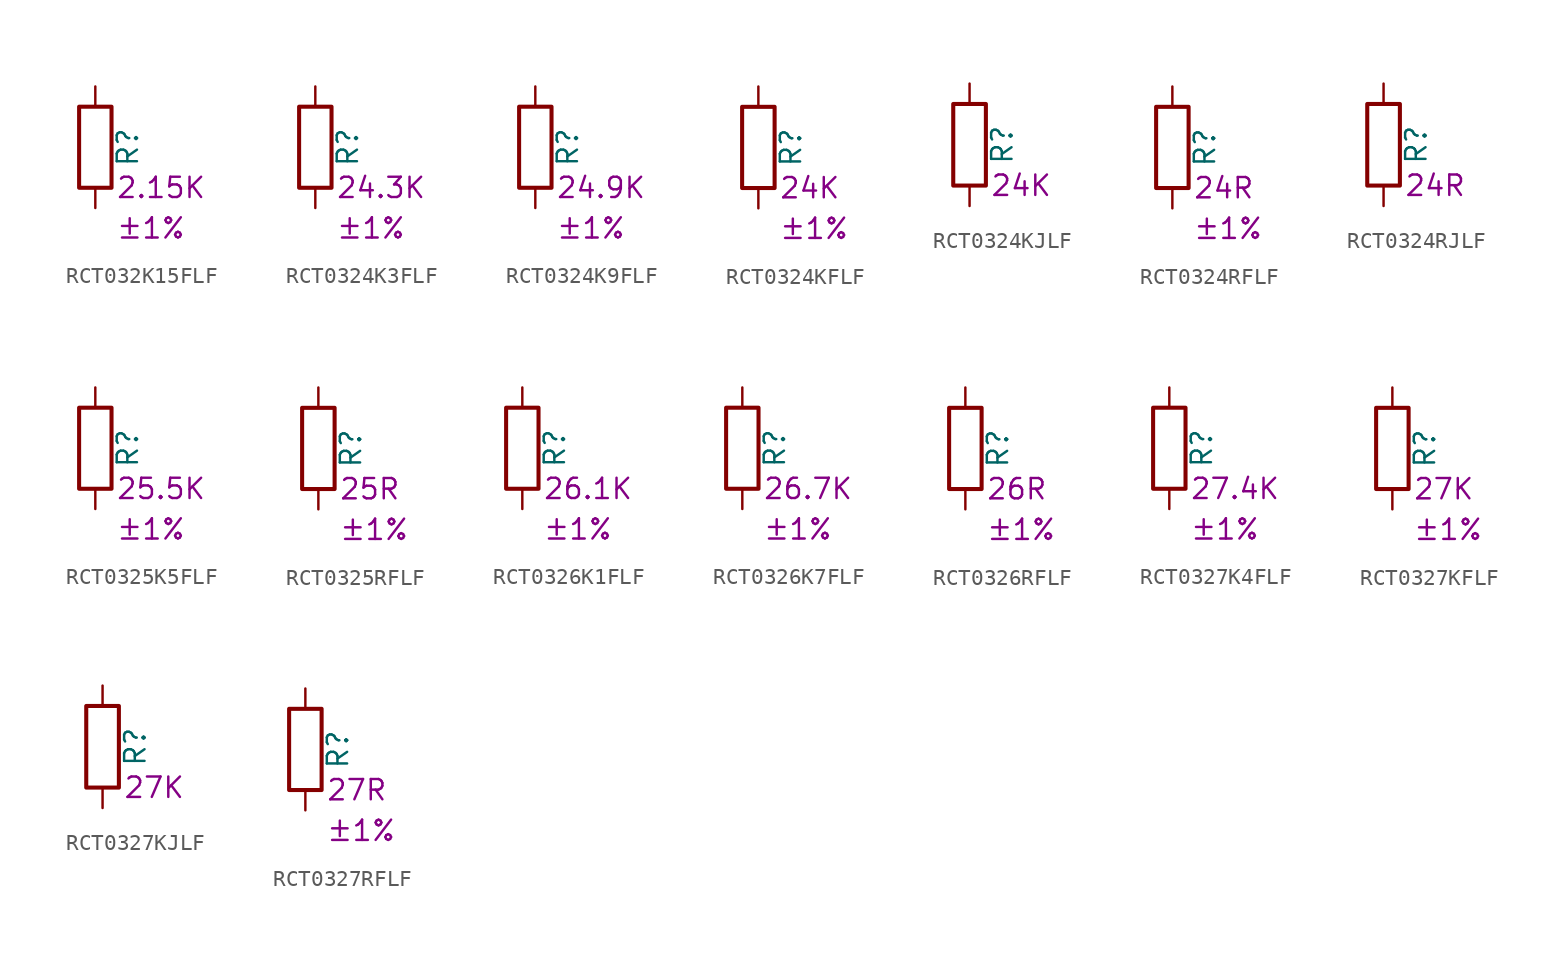
<source format=kicad_sym>
(kicad_symbol_lib
  (version 20220914)
  (generator kicad_symbol_editor)
  (symbol "RCT032K15FLF"
    (pin_numbers hide)
    (pin_names
      (offset 0))
    (property "Reference" "R"
      (at 2.032 0 90)
      (effects (font (size 1.27 1.27))))
    (property "Resistance" "2.15K"
      (at 1.27 -2.54 0)
      (effects (font (size 1.27 1.27)) (justify left)))
    (property "Tolerance" "±1%"
      (at 1.27 -5.08 0)
      (effects (font (size 1.27 1.27)) (justify left)))
    (symbol "RCT032K15FLF_0_1"
      (rectangle (start -1.016 -2.54) (end 1.016 2.54) (stroke (width 0.254) (type default)) (fill (type none))))
    (symbol "RCT032K15FLF_1_1"
      (pin passive line (at 0 3.81 270) (length 1.27) (name "~" (effects (font (size 1.27 1.27)))) (number "1" (effects (font (size 1.27 1.27)))))
      (pin passive line (at 0 -3.81 90) (length 1.27) (name "~" (effects (font (size 1.27 1.27)))) (number "2" (effects (font (size 1.27 1.27)))))))
  (symbol "RCT0324K3FLF"
    (pin_numbers hide)
    (pin_names
      (offset 0))
    (property "Reference" "R"
      (at 2.032 0 90)
      (effects (font (size 1.27 1.27))))
    (property "Resistance" "24.3K"
      (at 1.27 -2.54 0)
      (effects (font (size 1.27 1.27)) (justify left)))
    (property "Tolerance" "±1%"
      (at 1.27 -5.08 0)
      (effects (font (size 1.27 1.27)) (justify left)))
    (symbol "RCT0324K3FLF_0_1"
      (rectangle (start -1.016 -2.54) (end 1.016 2.54) (stroke (width 0.254) (type default)) (fill (type none))))
    (symbol "RCT0324K3FLF_1_1"
      (pin passive line (at 0 3.81 270) (length 1.27) (name "~" (effects (font (size 1.27 1.27)))) (number "1" (effects (font (size 1.27 1.27)))))
      (pin passive line (at 0 -3.81 90) (length 1.27) (name "~" (effects (font (size 1.27 1.27)))) (number "2" (effects (font (size 1.27 1.27)))))))
  (symbol "RCT0324K9FLF"
    (pin_numbers hide)
    (pin_names
      (offset 0))
    (property "Reference" "R"
      (at 2.032 0 90)
      (effects (font (size 1.27 1.27))))
    (property "Resistance" "24.9K"
      (at 1.27 -2.54 0)
      (effects (font (size 1.27 1.27)) (justify left)))
    (property "Tolerance" "±1%"
      (at 1.27 -5.08 0)
      (effects (font (size 1.27 1.27)) (justify left)))
    (symbol "RCT0324K9FLF_0_1"
      (rectangle (start -1.016 -2.54) (end 1.016 2.54) (stroke (width 0.254) (type default)) (fill (type none))))
    (symbol "RCT0324K9FLF_1_1"
      (pin passive line (at 0 3.81 270) (length 1.27) (name "~" (effects (font (size 1.27 1.27)))) (number "1" (effects (font (size 1.27 1.27)))))
      (pin passive line (at 0 -3.81 90) (length 1.27) (name "~" (effects (font (size 1.27 1.27)))) (number "2" (effects (font (size 1.27 1.27)))))))
  (symbol "RCT0324KFLF"
    (pin_numbers hide)
    (pin_names
      (offset 0))
    (property "Reference" "R"
      (at 2.032 0 90)
      (effects (font (size 1.27 1.27))))
    (property "Resistance" "24K"
      (at 1.27 -2.54 0)
      (effects (font (size 1.27 1.27)) (justify left)))
    (property "Tolerance" "±1%"
      (at 1.27 -5.08 0)
      (effects (font (size 1.27 1.27)) (justify left)))
    (symbol "RCT0324KFLF_0_1"
      (rectangle (start -1.016 -2.54) (end 1.016 2.54) (stroke (width 0.254) (type default)) (fill (type none))))
    (symbol "RCT0324KFLF_1_1"
      (pin passive line (at 0 3.81 270) (length 1.27) (name "~" (effects (font (size 1.27 1.27)))) (number "1" (effects (font (size 1.27 1.27)))))
      (pin passive line (at 0 -3.81 90) (length 1.27) (name "~" (effects (font (size 1.27 1.27)))) (number "2" (effects (font (size 1.27 1.27)))))))
  (symbol "RCT0324KJLF"
    (pin_numbers hide)
    (pin_names
      (offset 0))
    (property "Reference" "R"
      (at 2.032 0 90)
      (effects (font (size 1.27 1.27))))
    (property "Resistance" "24K"
      (at 1.27 -2.54 0)
      (effects (font (size 1.27 1.27)) (justify left)))
    (symbol "RCT0324KJLF_0_1"
      (rectangle (start -1.016 -2.54) (end 1.016 2.54) (stroke (width 0.254) (type default)) (fill (type none))))
    (symbol "RCT0324KJLF_1_1"
      (pin passive line (at 0 3.81 270) (length 1.27) (name "~" (effects (font (size 1.27 1.27)))) (number "1" (effects (font (size 1.27 1.27)))))
      (pin passive line (at 0 -3.81 90) (length 1.27) (name "~" (effects (font (size 1.27 1.27)))) (number "2" (effects (font (size 1.27 1.27)))))))
  (symbol "RCT0324RFLF"
    (pin_numbers hide)
    (pin_names
      (offset 0))
    (property "Reference" "R"
      (at 2.032 0 90)
      (effects (font (size 1.27 1.27))))
    (property "Resistance" "24R"
      (at 1.27 -2.54 0)
      (effects (font (size 1.27 1.27)) (justify left)))
    (property "Tolerance" "±1%"
      (at 1.27 -5.08 0)
      (effects (font (size 1.27 1.27)) (justify left)))
    (symbol "RCT0324RFLF_0_1"
      (rectangle (start -1.016 -2.54) (end 1.016 2.54) (stroke (width 0.254) (type default)) (fill (type none))))
    (symbol "RCT0324RFLF_1_1"
      (pin passive line (at 0 3.81 270) (length 1.27) (name "~" (effects (font (size 1.27 1.27)))) (number "1" (effects (font (size 1.27 1.27)))))
      (pin passive line (at 0 -3.81 90) (length 1.27) (name "~" (effects (font (size 1.27 1.27)))) (number "2" (effects (font (size 1.27 1.27)))))))
  (symbol "RCT0324RJLF"
    (pin_numbers hide)
    (pin_names
      (offset 0))
    (property "Reference" "R"
      (at 2.032 0 90)
      (effects (font (size 1.27 1.27))))
    (property "Resistance" "24R"
      (at 1.27 -2.54 0)
      (effects (font (size 1.27 1.27)) (justify left)))
    (symbol "RCT0324RJLF_0_1"
      (rectangle (start -1.016 -2.54) (end 1.016 2.54) (stroke (width 0.254) (type default)) (fill (type none))))
    (symbol "RCT0324RJLF_1_1"
      (pin passive line (at 0 3.81 270) (length 1.27) (name "~" (effects (font (size 1.27 1.27)))) (number "1" (effects (font (size 1.27 1.27)))))
      (pin passive line (at 0 -3.81 90) (length 1.27) (name "~" (effects (font (size 1.27 1.27)))) (number "2" (effects (font (size 1.27 1.27)))))))
  (symbol "RCT0325K5FLF"
    (pin_numbers hide)
    (pin_names
      (offset 0))
    (property "Reference" "R"
      (at 2.032 0 90)
      (effects (font (size 1.27 1.27))))
    (property "Resistance" "25.5K"
      (at 1.27 -2.54 0)
      (effects (font (size 1.27 1.27)) (justify left)))
    (property "Tolerance" "±1%"
      (at 1.27 -5.08 0)
      (effects (font (size 1.27 1.27)) (justify left)))
    (symbol "RCT0325K5FLF_0_1"
      (rectangle (start -1.016 -2.54) (end 1.016 2.54) (stroke (width 0.254) (type default)) (fill (type none))))
    (symbol "RCT0325K5FLF_1_1"
      (pin passive line (at 0 3.81 270) (length 1.27) (name "~" (effects (font (size 1.27 1.27)))) (number "1" (effects (font (size 1.27 1.27)))))
      (pin passive line (at 0 -3.81 90) (length 1.27) (name "~" (effects (font (size 1.27 1.27)))) (number "2" (effects (font (size 1.27 1.27)))))))
  (symbol "RCT0325RFLF"
    (pin_numbers hide)
    (pin_names
      (offset 0))
    (property "Reference" "R"
      (at 2.032 0 90)
      (effects (font (size 1.27 1.27))))
    (property "Resistance" "25R"
      (at 1.27 -2.54 0)
      (effects (font (size 1.27 1.27)) (justify left)))
    (property "Tolerance" "±1%"
      (at 1.27 -5.08 0)
      (effects (font (size 1.27 1.27)) (justify left)))
    (symbol "RCT0325RFLF_0_1"
      (rectangle (start -1.016 -2.54) (end 1.016 2.54) (stroke (width 0.254) (type default)) (fill (type none))))
    (symbol "RCT0325RFLF_1_1"
      (pin passive line (at 0 3.81 270) (length 1.27) (name "~" (effects (font (size 1.27 1.27)))) (number "1" (effects (font (size 1.27 1.27)))))
      (pin passive line (at 0 -3.81 90) (length 1.27) (name "~" (effects (font (size 1.27 1.27)))) (number "2" (effects (font (size 1.27 1.27)))))))
  (symbol "RCT0326K1FLF"
    (pin_numbers hide)
    (pin_names
      (offset 0))
    (property "Reference" "R"
      (at 2.032 0 90)
      (effects (font (size 1.27 1.27))))
    (property "Resistance" "26.1K"
      (at 1.27 -2.54 0)
      (effects (font (size 1.27 1.27)) (justify left)))
    (property "Tolerance" "±1%"
      (at 1.27 -5.08 0)
      (effects (font (size 1.27 1.27)) (justify left)))
    (symbol "RCT0326K1FLF_0_1"
      (rectangle (start -1.016 -2.54) (end 1.016 2.54) (stroke (width 0.254) (type default)) (fill (type none))))
    (symbol "RCT0326K1FLF_1_1"
      (pin passive line (at 0 3.81 270) (length 1.27) (name "~" (effects (font (size 1.27 1.27)))) (number "1" (effects (font (size 1.27 1.27)))))
      (pin passive line (at 0 -3.81 90) (length 1.27) (name "~" (effects (font (size 1.27 1.27)))) (number "2" (effects (font (size 1.27 1.27)))))))
  (symbol "RCT0326K7FLF"
    (pin_numbers hide)
    (pin_names
      (offset 0))
    (property "Reference" "R"
      (at 2.032 0 90)
      (effects (font (size 1.27 1.27))))
    (property "Resistance" "26.7K"
      (at 1.27 -2.54 0)
      (effects (font (size 1.27 1.27)) (justify left)))
    (property "Tolerance" "±1%"
      (at 1.27 -5.08 0)
      (effects (font (size 1.27 1.27)) (justify left)))
    (symbol "RCT0326K7FLF_0_1"
      (rectangle (start -1.016 -2.54) (end 1.016 2.54) (stroke (width 0.254) (type default)) (fill (type none))))
    (symbol "RCT0326K7FLF_1_1"
      (pin passive line (at 0 3.81 270) (length 1.27) (name "~" (effects (font (size 1.27 1.27)))) (number "1" (effects (font (size 1.27 1.27)))))
      (pin passive line (at 0 -3.81 90) (length 1.27) (name "~" (effects (font (size 1.27 1.27)))) (number "2" (effects (font (size 1.27 1.27)))))))
  (symbol "RCT0326RFLF"
    (pin_numbers hide)
    (pin_names
      (offset 0))
    (property "Reference" "R"
      (at 2.032 0 90)
      (effects (font (size 1.27 1.27))))
    (property "Resistance" "26R"
      (at 1.27 -2.54 0)
      (effects (font (size 1.27 1.27)) (justify left)))
    (property "Tolerance" "±1%"
      (at 1.27 -5.08 0)
      (effects (font (size 1.27 1.27)) (justify left)))
    (symbol "RCT0326RFLF_0_1"
      (rectangle (start -1.016 -2.54) (end 1.016 2.54) (stroke (width 0.254) (type default)) (fill (type none))))
    (symbol "RCT0326RFLF_1_1"
      (pin passive line (at 0 3.81 270) (length 1.27) (name "~" (effects (font (size 1.27 1.27)))) (number "1" (effects (font (size 1.27 1.27)))))
      (pin passive line (at 0 -3.81 90) (length 1.27) (name "~" (effects (font (size 1.27 1.27)))) (number "2" (effects (font (size 1.27 1.27)))))))
  (symbol "RCT0327K4FLF"
    (pin_numbers hide)
    (pin_names
      (offset 0))
    (property "Reference" "R"
      (at 2.032 0 90)
      (effects (font (size 1.27 1.27))))
    (property "Resistance" "27.4K"
      (at 1.27 -2.54 0)
      (effects (font (size 1.27 1.27)) (justify left)))
    (property "Tolerance" "±1%"
      (at 1.27 -5.08 0)
      (effects (font (size 1.27 1.27)) (justify left)))
    (symbol "RCT0327K4FLF_0_1"
      (rectangle (start -1.016 -2.54) (end 1.016 2.54) (stroke (width 0.254) (type default)) (fill (type none))))
    (symbol "RCT0327K4FLF_1_1"
      (pin passive line (at 0 3.81 270) (length 1.27) (name "~" (effects (font (size 1.27 1.27)))) (number "1" (effects (font (size 1.27 1.27)))))
      (pin passive line (at 0 -3.81 90) (length 1.27) (name "~" (effects (font (size 1.27 1.27)))) (number "2" (effects (font (size 1.27 1.27)))))))
  (symbol "RCT0327KFLF"
    (pin_numbers hide)
    (pin_names
      (offset 0))
    (property "Reference" "R"
      (at 2.032 0 90)
      (effects (font (size 1.27 1.27))))
    (property "Resistance" "27K"
      (at 1.27 -2.54 0)
      (effects (font (size 1.27 1.27)) (justify left)))
    (property "Tolerance" "±1%"
      (at 1.27 -5.08 0)
      (effects (font (size 1.27 1.27)) (justify left)))
    (symbol "RCT0327KFLF_0_1"
      (rectangle (start -1.016 -2.54) (end 1.016 2.54) (stroke (width 0.254) (type default)) (fill (type none))))
    (symbol "RCT0327KFLF_1_1"
      (pin passive line (at 0 3.81 270) (length 1.27) (name "~" (effects (font (size 1.27 1.27)))) (number "1" (effects (font (size 1.27 1.27)))))
      (pin passive line (at 0 -3.81 90) (length 1.27) (name "~" (effects (font (size 1.27 1.27)))) (number "2" (effects (font (size 1.27 1.27)))))))
  (symbol "RCT0327KJLF"
    (pin_numbers hide)
    (pin_names
      (offset 0))
    (property "Reference" "R"
      (at 2.032 0 90)
      (effects (font (size 1.27 1.27))))
    (property "Resistance" "27K"
      (at 1.27 -2.54 0)
      (effects (font (size 1.27 1.27)) (justify left)))
    (symbol "RCT0327KJLF_0_1"
      (rectangle (start -1.016 -2.54) (end 1.016 2.54) (stroke (width 0.254) (type default)) (fill (type none))))
    (symbol "RCT0327KJLF_1_1"
      (pin passive line (at 0 3.81 270) (length 1.27) (name "~" (effects (font (size 1.27 1.27)))) (number "1" (effects (font (size 1.27 1.27)))))
      (pin passive line (at 0 -3.81 90) (length 1.27) (name "~" (effects (font (size 1.27 1.27)))) (number "2" (effects (font (size 1.27 1.27)))))))
  (symbol "RCT0327RFLF"
    (pin_numbers hide)
    (pin_names
      (offset 0))
    (property "Reference" "R"
      (at 2.032 0 90)
      (effects (font (size 1.27 1.27))))
    (property "Resistance" "27R"
      (at 1.27 -2.54 0)
      (effects (font (size 1.27 1.27)) (justify left)))
    (property "Tolerance" "±1%"
      (at 1.27 -5.08 0)
      (effects (font (size 1.27 1.27)) (justify left)))
    (symbol "RCT0327RFLF_0_1"
      (rectangle (start -1.016 -2.54) (end 1.016 2.54) (stroke (width 0.254) (type default)) (fill (type none))))
    (symbol "RCT0327RFLF_1_1"
      (pin passive line (at 0 3.81 270) (length 1.27) (name "~" (effects (font (size 1.27 1.27)))) (number "1" (effects (font (size 1.27 1.27)))))
      (pin passive line (at 0 -3.81 90) (length 1.27) (name "~" (effects (font (size 1.27 1.27)))) (number "2" (effects (font (size 1.27 1.27))))))))
</source>
